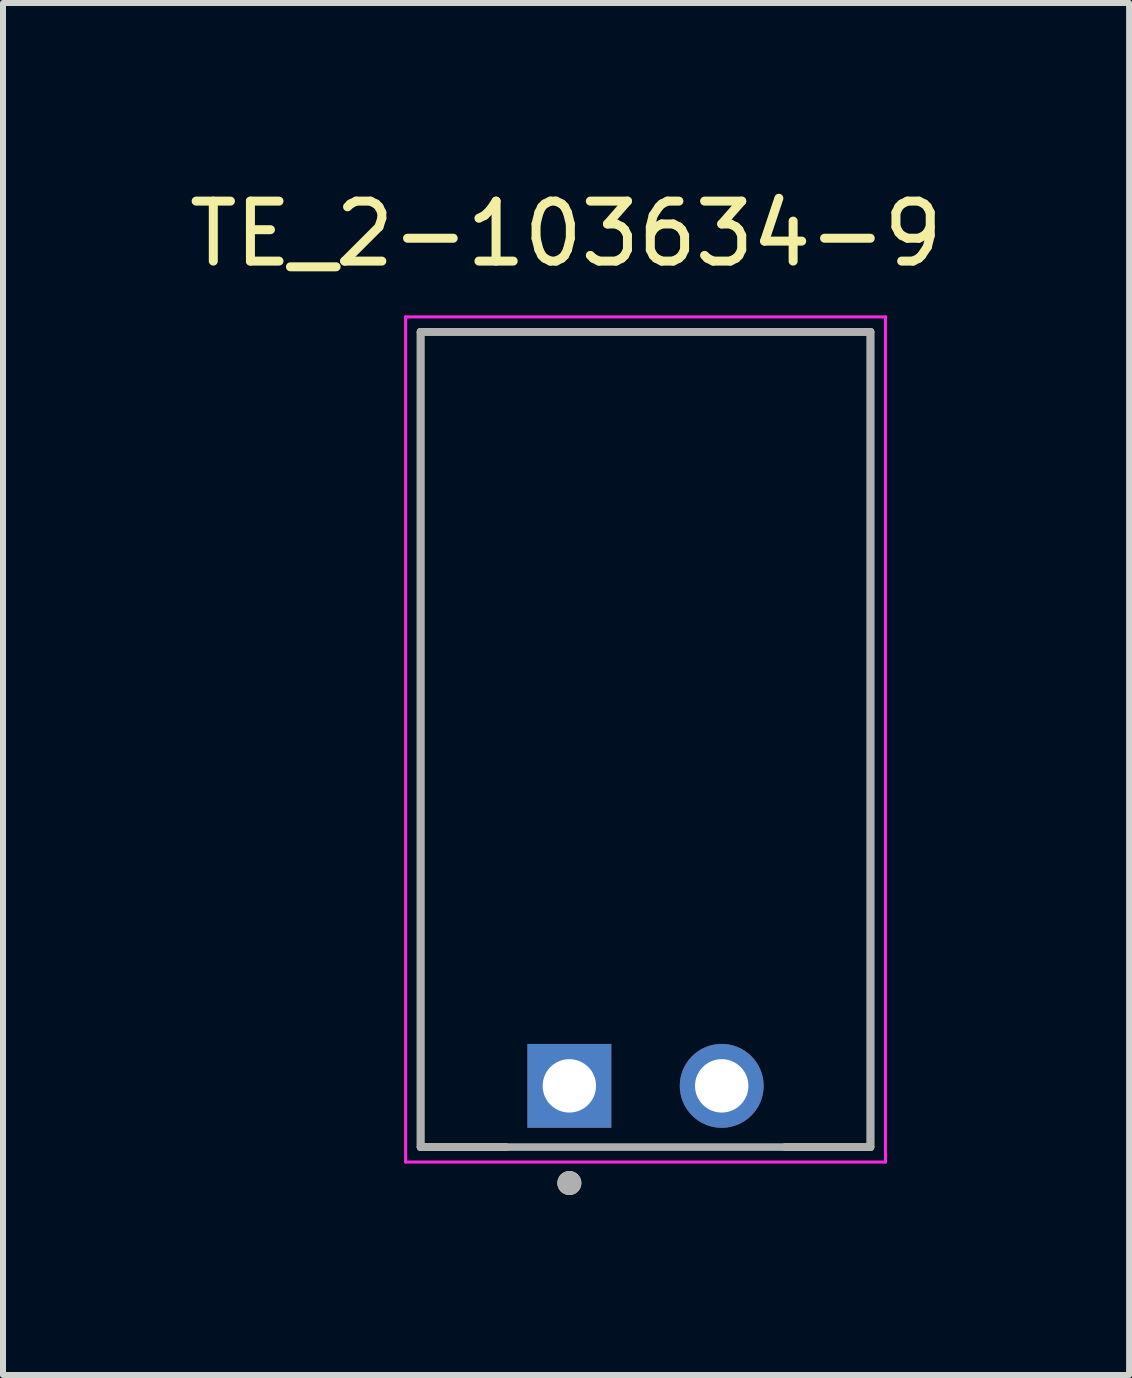
<source format=kicad_pcb>
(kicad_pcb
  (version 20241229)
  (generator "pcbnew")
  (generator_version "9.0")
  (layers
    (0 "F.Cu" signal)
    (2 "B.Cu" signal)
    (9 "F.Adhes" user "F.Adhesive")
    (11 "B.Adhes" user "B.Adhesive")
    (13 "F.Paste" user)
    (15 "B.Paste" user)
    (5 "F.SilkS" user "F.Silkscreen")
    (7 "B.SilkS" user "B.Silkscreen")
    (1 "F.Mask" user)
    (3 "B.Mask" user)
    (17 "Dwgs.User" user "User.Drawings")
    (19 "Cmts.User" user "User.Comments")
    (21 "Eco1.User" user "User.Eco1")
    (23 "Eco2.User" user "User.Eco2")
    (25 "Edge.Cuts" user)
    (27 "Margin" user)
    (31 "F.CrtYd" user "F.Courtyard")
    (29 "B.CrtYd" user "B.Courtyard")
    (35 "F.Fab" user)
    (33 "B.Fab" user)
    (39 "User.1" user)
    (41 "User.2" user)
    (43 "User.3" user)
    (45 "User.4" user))
  (footprint "TE_2-103634-9"
    (layer "F.Cu")
    (at 7.712 15.053)
    (property "Reference" "TE_2-103634-9" (at -1.325 -14.205 0) (layer "F.SilkS") (effects (font (size 1 1) (thickness 0.15))))
    (attr through_hole)
    (fp_line (start -3.75 -12.57) (end 3.75 -12.57) (stroke (width 0.127) (type solid)) (layer "F.SilkS"))
    (fp_line (start -3.75 1.02) (end -3.75 -12.57) (stroke (width 0.127) (type solid)) (layer "F.SilkS"))
    (fp_line (start -3.75 1.02) (end -2.326 1.02) (stroke (width 0.127) (type solid)) (layer "F.SilkS"))
    (fp_line (start 2.326 1.02) (end 3.75 1.02) (stroke (width 0.127) (type solid)) (layer "F.SilkS"))
    (fp_line (start 3.75 -12.57) (end 3.75 1.02) (stroke (width 0.127) (type solid)) (layer "F.SilkS"))
    (fp_circle (center -1.27 1.62) (end -1.17 1.62) (stroke (width 0.2) (type solid)) (fill no) (layer "F.SilkS"))
    (fp_line (start -4 -12.82) (end 4 -12.82) (stroke (width 0.05) (type solid)) (layer "F.CrtYd"))
    (fp_line (start -4 1.27) (end -4 -12.82) (stroke (width 0.05) (type solid)) (layer "F.CrtYd"))
    (fp_line (start 4 -12.82) (end 4 1.27) (stroke (width 0.05) (type solid)) (layer "F.CrtYd"))
    (fp_line (start 4 1.27) (end -4 1.27) (stroke (width 0.05) (type solid)) (layer "F.CrtYd"))
    (fp_line (start -3.75 -12.57) (end 3.75 -12.57) (stroke (width 0.127) (type solid)) (layer "F.Fab"))
    (fp_line (start -3.75 1.02) (end -3.75 -12.57) (stroke (width 0.127) (type solid)) (layer "F.Fab"))
    (fp_line (start 3.75 -12.57) (end 3.75 1.02) (stroke (width 0.127) (type solid)) (layer "F.Fab"))
    (fp_line (start 3.75 1.02) (end -3.75 1.02) (stroke (width 0.127) (type solid)) (layer "F.Fab"))
    (fp_circle (center -1.27 1.62) (end -1.17 1.62) (stroke (width 0.2) (type solid)) (fill no) (layer "F.Fab"))
    (pad "1" thru_hole rect (at -1.27 0) (size 1.398 1.398) (drill 0.89) (layers "*.Cu" "*.Mask"))
    (pad "2" thru_hole circle (at 1.27 0) (size 1.398 1.398) (drill 0.89) (layers "*.Cu" "*.Mask")))
  (gr_rect
    (start -3 -3)
    (end 15.774 19.873)
    (stroke (width 0.1) (type default))
    (fill no)
    (layer "Edge.Cuts")))
</source>
